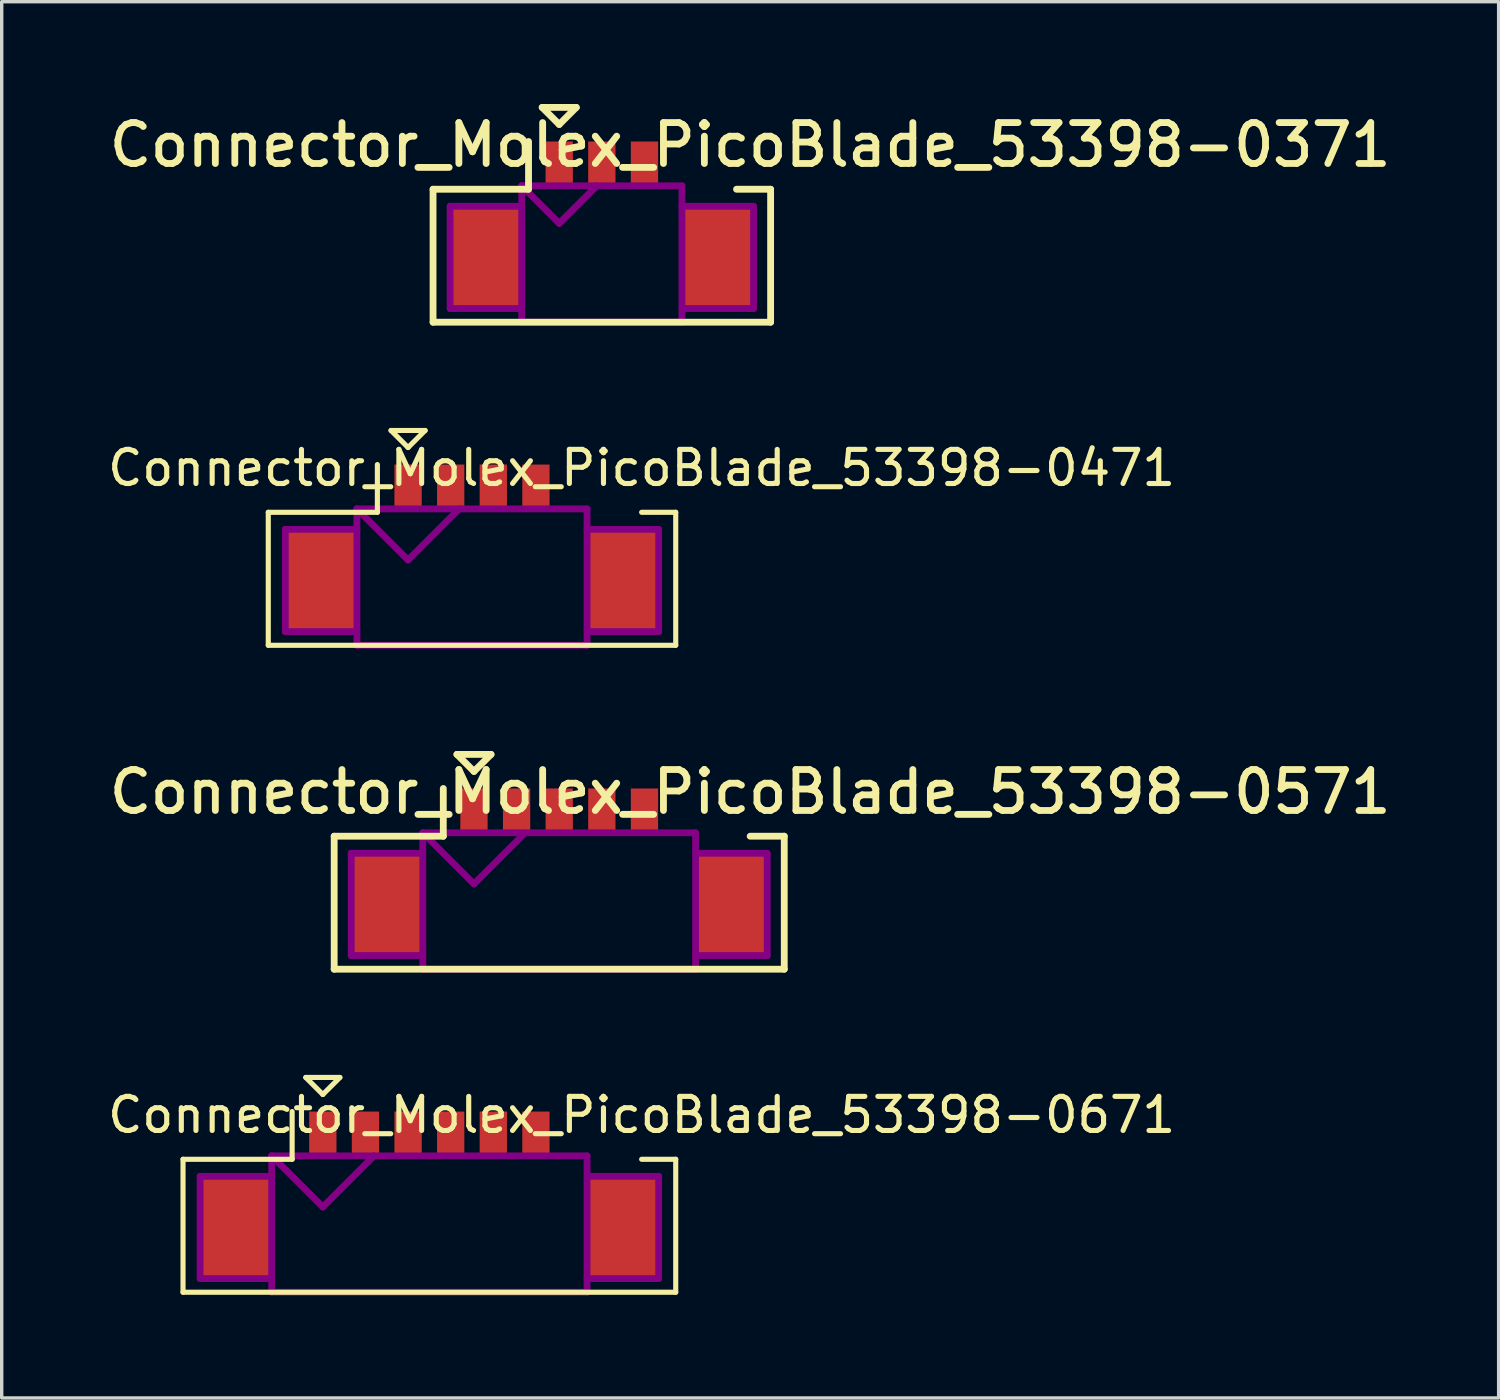
<source format=kicad_pcb>
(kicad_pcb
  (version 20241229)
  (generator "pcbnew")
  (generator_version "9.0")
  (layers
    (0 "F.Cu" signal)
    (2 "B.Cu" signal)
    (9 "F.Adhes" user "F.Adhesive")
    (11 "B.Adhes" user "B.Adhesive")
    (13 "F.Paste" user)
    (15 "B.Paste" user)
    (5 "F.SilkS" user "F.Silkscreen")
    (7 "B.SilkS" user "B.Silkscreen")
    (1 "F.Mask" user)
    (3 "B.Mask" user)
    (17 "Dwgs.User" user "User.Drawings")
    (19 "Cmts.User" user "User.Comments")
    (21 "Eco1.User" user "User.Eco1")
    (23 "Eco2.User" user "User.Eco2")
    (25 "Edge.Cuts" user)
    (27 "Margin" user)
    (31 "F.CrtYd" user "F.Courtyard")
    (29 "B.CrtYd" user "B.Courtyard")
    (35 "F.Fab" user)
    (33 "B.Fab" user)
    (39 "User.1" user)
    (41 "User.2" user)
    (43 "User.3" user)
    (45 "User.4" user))
  (footprint "Connector_Molex_PicoBlade_53398-0371"
    (layer "F.Cu")
    (at 14.601 4.5)
    (property "Reference" "Connector_Molex_PicoBlade_53398-0371" (at 4.35 -3.3 0) (layer "F.SilkS") (effects (font (size 1.2 1.2) (thickness 0.2))))
    (attr through_hole)
    (fp_line (start -4.95 -2) (end -4.95 1.9) (stroke (width 0.2) (type solid)) (layer "F.SilkS"))
    (fp_line (start -4.95 1.9) (end 4.95 1.9) (stroke (width 0.2) (type solid)) (layer "F.SilkS"))
    (fp_line (start -2.15 -3.4) (end -2.15 -2) (stroke (width 0.2) (type solid)) (layer "F.SilkS"))
    (fp_line (start -2.15 -2) (end -4.95 -2) (stroke (width 0.2) (type solid)) (layer "F.SilkS"))
    (fp_line (start -1.75 -4.4) (end -0.75 -4.4) (stroke (width 0.2) (type solid)) (layer "F.SilkS"))
    (fp_line (start -1.25 -3.9) (end -1.75 -4.4) (stroke (width 0.2) (type solid)) (layer "F.SilkS"))
    (fp_line (start -0.75 -4.4) (end -1.25 -3.9) (stroke (width 0.2) (type solid)) (layer "F.SilkS"))
    (fp_line (start 4.95 -2) (end 3.95 -2) (stroke (width 0.2) (type solid)) (layer "F.SilkS"))
    (fp_line (start 4.95 1.9) (end 4.95 -2) (stroke (width 0.2) (type solid)) (layer "F.SilkS"))
    (fp_line (start -4.45 -1.5) (end -4.45 1.5) (stroke (width 0.2) (type solid)) (layer "F.Adhes"))
    (fp_line (start -4.45 1.5) (end -2.35 1.5) (stroke (width 0.2) (type solid)) (layer "F.Adhes"))
    (fp_line (start -2.35 -2.1) (end -2.35 1.9) (stroke (width 0.2) (type solid)) (layer "F.Adhes"))
    (fp_line (start -2.35 -2.1) (end -1.25 -1) (stroke (width 0.2) (type solid)) (layer "F.Adhes"))
    (fp_line (start -2.35 -1.5) (end -4.45 -1.5) (stroke (width 0.2) (type solid)) (layer "F.Adhes"))
    (fp_line (start -2.35 1.9) (end 2.35 1.9) (stroke (width 0.2) (type solid)) (layer "F.Adhes"))
    (fp_line (start -1.25 -1) (end -0.15 -2.1) (stroke (width 0.2) (type solid)) (layer "F.Adhes"))
    (fp_line (start 2.35 -2.1) (end -2.35 -2.1) (stroke (width 0.2) (type solid)) (layer "F.Adhes"))
    (fp_line (start 2.35 -1.5) (end 4.45 -1.5) (stroke (width 0.2) (type solid)) (layer "F.Adhes"))
    (fp_line (start 2.35 1.9) (end 2.35 -2.1) (stroke (width 0.2) (type solid)) (layer "F.Adhes"))
    (fp_line (start 4.45 -1.5) (end 4.45 1.5) (stroke (width 0.2) (type solid)) (layer "F.Adhes"))
    (fp_line (start 4.45 1.5) (end 2.35 1.5) (stroke (width 0.2) (type solid)) (layer "F.Adhes"))
    (pad "" smd rect (at -3.4 0) (size 2.1 3) (layers "F.Cu" "F.Mask"))
    (pad "" smd rect (at 3.4 0) (size 2.1 3) (layers "F.Cu" "F.Mask"))
    (pad "1" smd rect (at -1.25 -2.75) (size 0.8 1.3) (layers "F.Cu" "F.Mask"))
    (pad "2" smd rect (at 0 -2.75) (size 0.8 1.3) (layers "F.Cu" "F.Mask"))
    (pad "3" smd rect (at 1.25 -2.75) (size 0.8 1.3) (layers "F.Cu" "F.Mask")))
  (footprint "Connector_Molex_PicoBlade_53398-0471"
    (layer "F.Cu")
    (at 10.793 13.975)
    (property "Reference" "Connector_Molex_PicoBlade_53398-0471" (at 4.975 -3.3 0) (layer "F.SilkS") (effects (font (size 1 1) (thickness 0.15))))
    (attr through_hole)
    (fp_line (start -5.975 -2) (end -5.975 1.9) (stroke (width 0.15) (type solid)) (layer "F.SilkS"))
    (fp_line (start -5.975 1.9) (end 5.975 1.9) (stroke (width 0.15) (type solid)) (layer "F.SilkS"))
    (fp_line (start -2.775 -3.4) (end -2.775 -2) (stroke (width 0.15) (type solid)) (layer "F.SilkS"))
    (fp_line (start -2.775 -2) (end -5.975 -2) (stroke (width 0.15) (type solid)) (layer "F.SilkS"))
    (fp_line (start -2.375 -4.4) (end -1.375 -4.4) (stroke (width 0.15) (type solid)) (layer "F.SilkS"))
    (fp_line (start -1.875 -3.9) (end -2.375 -4.4) (stroke (width 0.15) (type solid)) (layer "F.SilkS"))
    (fp_line (start -1.375 -4.4) (end -1.875 -3.9) (stroke (width 0.15) (type solid)) (layer "F.SilkS"))
    (fp_line (start 5.975 -2) (end 4.975 -2) (stroke (width 0.15) (type solid)) (layer "F.SilkS"))
    (fp_line (start 5.975 1.9) (end 5.975 -2) (stroke (width 0.15) (type solid)) (layer "F.SilkS"))
    (fp_line (start -5.475 -1.5) (end -5.475 1.5) (stroke (width 0.2) (type solid)) (layer "F.Adhes"))
    (fp_line (start -5.475 1.5) (end -3.375 1.5) (stroke (width 0.2) (type solid)) (layer "F.Adhes"))
    (fp_line (start -3.375 -2.1) (end -3.375 1.9) (stroke (width 0.2) (type solid)) (layer "F.Adhes"))
    (fp_line (start -3.375 -2.1) (end -1.875 -0.6) (stroke (width 0.2) (type solid)) (layer "F.Adhes"))
    (fp_line (start -3.375 -1.5) (end -5.475 -1.5) (stroke (width 0.2) (type solid)) (layer "F.Adhes"))
    (fp_line (start -3.375 1.9) (end 3.375 1.9) (stroke (width 0.2) (type solid)) (layer "F.Adhes"))
    (fp_line (start -1.875 -0.6) (end -0.375 -2.1) (stroke (width 0.2) (type solid)) (layer "F.Adhes"))
    (fp_line (start 3.375 -2.1) (end -3.375 -2.1) (stroke (width 0.2) (type solid)) (layer "F.Adhes"))
    (fp_line (start 3.375 -1.5) (end 5.475 -1.5) (stroke (width 0.2) (type solid)) (layer "F.Adhes"))
    (fp_line (start 3.375 1.9) (end 3.375 -2.1) (stroke (width 0.2) (type solid)) (layer "F.Adhes"))
    (fp_line (start 5.475 -1.5) (end 5.475 1.5) (stroke (width 0.2) (type solid)) (layer "F.Adhes"))
    (fp_line (start 5.475 1.5) (end 3.375 1.5) (stroke (width 0.2) (type solid)) (layer "F.Adhes"))
    (pad "" smd rect (at -4.425 0) (size 2.1 3) (layers "F.Cu" "F.Mask" "F.Paste"))
    (pad "" smd rect (at 4.425 0) (size 2.1 3) (layers "F.Cu" "F.Mask" "F.Paste"))
    (pad "1" smd rect (at -1.875 -2.75) (size 0.8 1.3) (layers "F.Cu" "F.Mask" "F.Paste"))
    (pad "2" smd rect (at -0.625 -2.75) (size 0.8 1.3) (layers "F.Cu" "F.Mask" "F.Paste"))
    (pad "3" smd rect (at 0.625 -2.75) (size 0.8 1.3) (layers "F.Cu" "F.Mask" "F.Paste"))
    (pad "4" smd rect (at 1.875 -2.75) (size 0.8 1.3) (layers "F.Cu" "F.Mask" "F.Paste")))
  (footprint "Connector_Molex_PicoBlade_53398-0671"
    (layer "F.Cu")
    (at 9.543 32.95)
    (property "Reference" "Connector_Molex_PicoBlade_53398-0671" (at 6.225 -3.3 0) (layer "F.SilkS") (effects (font (size 1 1) (thickness 0.15))))
    (attr through_hole)
    (fp_line (start -7.225 -2) (end -7.225 1.9) (stroke (width 0.15) (type solid)) (layer "F.SilkS"))
    (fp_line (start -7.225 1.9) (end 7.225 1.9) (stroke (width 0.15) (type solid)) (layer "F.SilkS"))
    (fp_line (start -4.025 -3.4) (end -4.025 -2) (stroke (width 0.15) (type solid)) (layer "F.SilkS"))
    (fp_line (start -4.025 -2) (end -7.225 -2) (stroke (width 0.15) (type solid)) (layer "F.SilkS"))
    (fp_line (start -3.625 -4.4) (end -2.625 -4.4) (stroke (width 0.15) (type solid)) (layer "F.SilkS"))
    (fp_line (start -3.125 -3.9) (end -3.625 -4.4) (stroke (width 0.15) (type solid)) (layer "F.SilkS"))
    (fp_line (start -2.625 -4.4) (end -3.125 -3.9) (stroke (width 0.15) (type solid)) (layer "F.SilkS"))
    (fp_line (start 7.225 -2) (end 6.225 -2) (stroke (width 0.15) (type solid)) (layer "F.SilkS"))
    (fp_line (start 7.225 1.9) (end 7.225 -2) (stroke (width 0.15) (type solid)) (layer "F.SilkS"))
    (fp_line (start -6.725 -1.5) (end -6.725 1.5) (stroke (width 0.2) (type solid)) (layer "F.Adhes"))
    (fp_line (start -6.725 1.5) (end -4.625 1.5) (stroke (width 0.2) (type solid)) (layer "F.Adhes"))
    (fp_line (start -4.625 -2.1) (end -4.625 1.9) (stroke (width 0.2) (type solid)) (layer "F.Adhes"))
    (fp_line (start -4.625 -2.1) (end -3.125 -0.6) (stroke (width 0.2) (type solid)) (layer "F.Adhes"))
    (fp_line (start -4.625 -1.5) (end -6.725 -1.5) (stroke (width 0.2) (type solid)) (layer "F.Adhes"))
    (fp_line (start -4.625 1.9) (end 4.625 1.9) (stroke (width 0.2) (type solid)) (layer "F.Adhes"))
    (fp_line (start -3.125 -0.6) (end -1.625 -2.1) (stroke (width 0.2) (type solid)) (layer "F.Adhes"))
    (fp_line (start 4.625 -2.1) (end -4.625 -2.1) (stroke (width 0.2) (type solid)) (layer "F.Adhes"))
    (fp_line (start 4.625 -1.5) (end 6.725 -1.5) (stroke (width 0.2) (type solid)) (layer "F.Adhes"))
    (fp_line (start 4.625 1.9) (end 4.625 -2.1) (stroke (width 0.2) (type solid)) (layer "F.Adhes"))
    (fp_line (start 6.725 -1.5) (end 6.725 1.5) (stroke (width 0.2) (type solid)) (layer "F.Adhes"))
    (fp_line (start 6.725 1.5) (end 4.625 1.5) (stroke (width 0.2) (type solid)) (layer "F.Adhes"))
    (pad "" smd rect (at -5.675 0) (size 2.1 3) (layers "F.Cu" "F.Mask" "F.Paste"))
    (pad "" smd rect (at 5.675 0) (size 2.1 3) (layers "F.Cu" "F.Mask" "F.Paste"))
    (pad "1" smd rect (at -3.125 -2.75) (size 0.8 1.3) (layers "F.Cu" "F.Mask" "F.Paste"))
    (pad "2" smd rect (at -1.875 -2.75) (size 0.8 1.3) (layers "F.Cu" "F.Mask" "F.Paste"))
    (pad "3" smd rect (at -0.625 -2.75) (size 0.8 1.3) (layers "F.Cu" "F.Mask" "F.Paste"))
    (pad "4" smd rect (at 0.625 -2.75) (size 0.8 1.3) (layers "F.Cu" "F.Mask" "F.Paste"))
    (pad "5" smd rect (at 1.875 -2.75) (size 0.8 1.3) (layers "F.Cu" "F.Mask" "F.Paste"))
    (pad "6" smd rect (at 3.125 -2.75) (size 0.8 1.3) (layers "F.Cu" "F.Mask" "F.Paste")))
  (footprint "Connector_Molex_PicoBlade_53398-0571"
    (layer "F.Cu")
    (at 13.351 23.475)
    (property "Reference" "Connector_Molex_PicoBlade_53398-0571" (at 5.6 -3.3 0) (layer "F.SilkS") (effects (font (size 1.2 1.2) (thickness 0.2))))
    (attr through_hole)
    (fp_line (start -6.6 -2) (end -6.6 1.9) (stroke (width 0.2) (type solid)) (layer "F.SilkS"))
    (fp_line (start -6.6 1.9) (end 6.6 1.9) (stroke (width 0.2) (type solid)) (layer "F.SilkS"))
    (fp_line (start -3.4 -3.4) (end -3.4 -2) (stroke (width 0.2) (type solid)) (layer "F.SilkS"))
    (fp_line (start -3.4 -2) (end -6.6 -2) (stroke (width 0.2) (type solid)) (layer "F.SilkS"))
    (fp_line (start -3 -4.4) (end -2 -4.4) (stroke (width 0.2) (type solid)) (layer "F.SilkS"))
    (fp_line (start -2.5 -3.9) (end -3 -4.4) (stroke (width 0.2) (type solid)) (layer "F.SilkS"))
    (fp_line (start -2 -4.4) (end -2.5 -3.9) (stroke (width 0.2) (type solid)) (layer "F.SilkS"))
    (fp_line (start 6.6 -2) (end 5.6 -2) (stroke (width 0.2) (type solid)) (layer "F.SilkS"))
    (fp_line (start 6.6 1.9) (end 6.6 -2) (stroke (width 0.2) (type solid)) (layer "F.SilkS"))
    (fp_line (start -6.1 -1.5) (end -6.1 1.5) (stroke (width 0.2) (type solid)) (layer "F.Adhes"))
    (fp_line (start -6.1 1.5) (end -4 1.5) (stroke (width 0.2) (type solid)) (layer "F.Adhes"))
    (fp_line (start -4 -2.1) (end -4 1.9) (stroke (width 0.2) (type solid)) (layer "F.Adhes"))
    (fp_line (start -4 -2.1) (end -2.5 -0.6) (stroke (width 0.2) (type solid)) (layer "F.Adhes"))
    (fp_line (start -4 -1.5) (end -6.1 -1.5) (stroke (width 0.2) (type solid)) (layer "F.Adhes"))
    (fp_line (start -4 1.9) (end 4 1.9) (stroke (width 0.2) (type solid)) (layer "F.Adhes"))
    (fp_line (start -2.5 -0.6) (end -1 -2.1) (stroke (width 0.2) (type solid)) (layer "F.Adhes"))
    (fp_line (start 4 -2.1) (end -4 -2.1) (stroke (width 0.2) (type solid)) (layer "F.Adhes"))
    (fp_line (start 4 -1.5) (end 6.1 -1.5) (stroke (width 0.2) (type solid)) (layer "F.Adhes"))
    (fp_line (start 4 1.9) (end 4 -2.1) (stroke (width 0.2) (type solid)) (layer "F.Adhes"))
    (fp_line (start 6.1 -1.5) (end 6.1 1.5) (stroke (width 0.2) (type solid)) (layer "F.Adhes"))
    (fp_line (start 6.1 1.5) (end 4 1.5) (stroke (width 0.2) (type solid)) (layer "F.Adhes"))
    (pad "" smd rect (at -5.05 0) (size 2.1 3) (layers "F.Cu" "F.Mask" "F.Paste"))
    (pad "" smd rect (at 5.05 0) (size 2.1 3) (layers "F.Cu" "F.Mask" "F.Paste"))
    (pad "1" smd rect (at -2.5 -2.75) (size 0.8 1.3) (layers "F.Cu" "F.Mask" "F.Paste"))
    (pad "2" smd rect (at -1.25 -2.75) (size 0.8 1.3) (layers "F.Cu" "F.Mask" "F.Paste"))
    (pad "3" smd rect (at 0 -2.75) (size 0.8 1.3) (layers "F.Cu" "F.Mask" "F.Paste"))
    (pad "4" smd rect (at 1.25 -2.75) (size 0.8 1.3) (layers "F.Cu" "F.Mask" "F.Paste"))
    (pad "5" smd rect (at 2.5 -2.75) (size 0.8 1.3) (layers "F.Cu" "F.Mask" "F.Paste")))
  (gr_rect
    (start -3 -3)
    (end 40.903 37.95)
    (stroke (width 0.1) (type default))
    (fill no)
    (layer "Edge.Cuts")))
</source>
